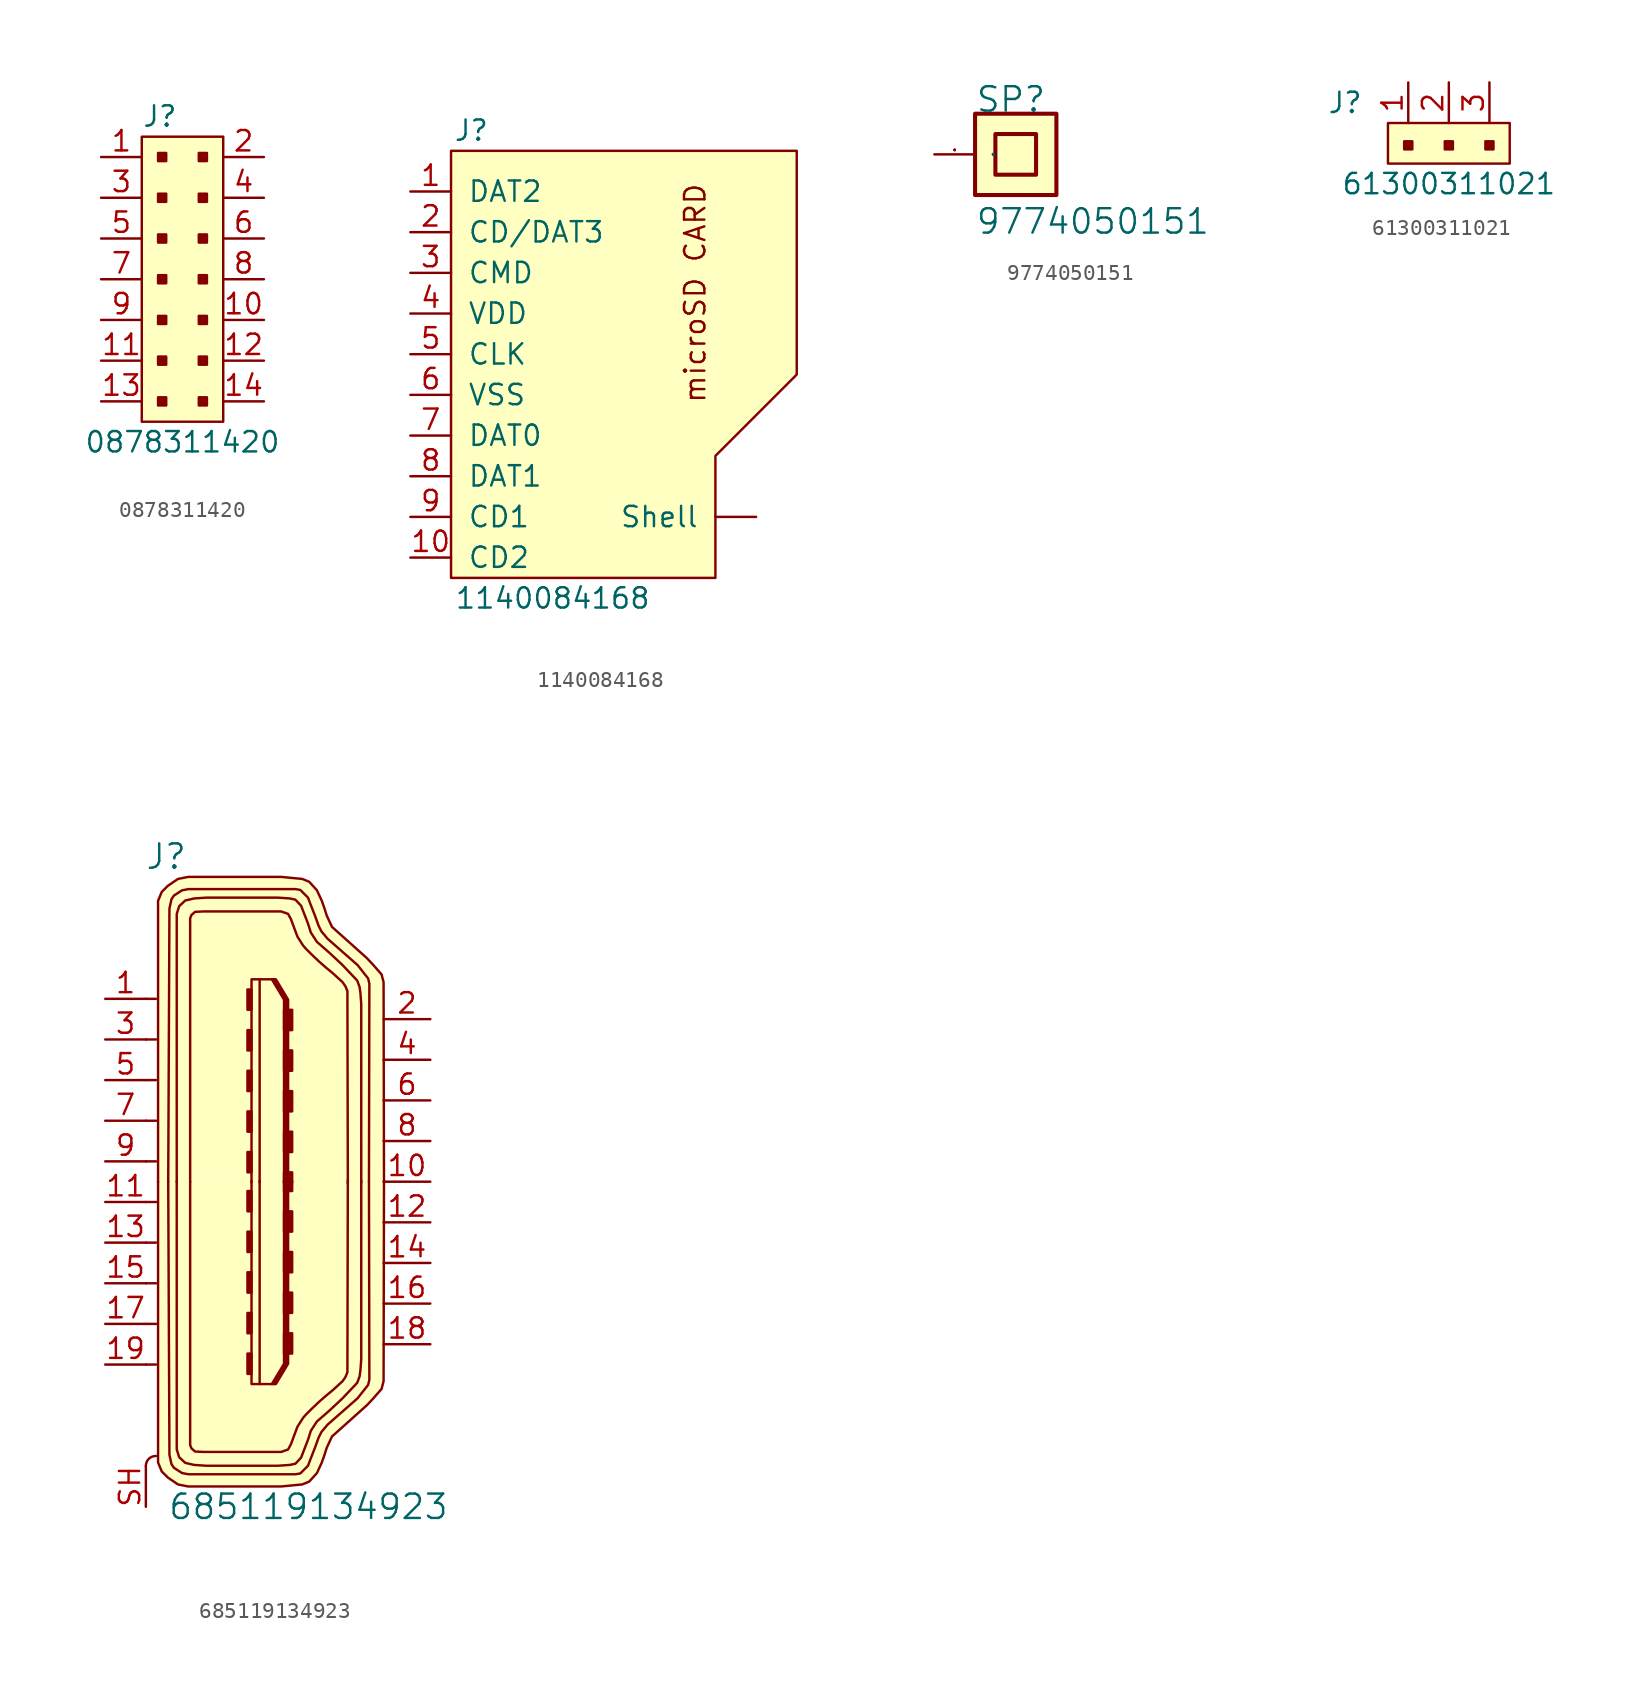
<source format=kicad_sym>
(kicad_symbol_lib
  (version 20211014)
  (generator kicad_symbol_editor)
  (symbol "0878311420"
    (pin_names
      (offset 1.016))
    (property "Reference" "J"
      (at -2.54 10.16 0)
      (effects (font (size 1.27 1.27)) (justify left)))
    (property "Value" "0878311420"
      (at 0 -10.16 0)
      (effects (font (size 1.27 1.27))))
    (symbol "0878311420_1_1"
      (rectangle (start -2.54 8.89) (end 2.54 -8.89) (stroke (width 0) (type default) (color 0 0 0 0)) (fill (type background)))
      (rectangle (start -1.524 -7.366) (end -1.016 -7.874) (stroke (width 0) (type default) (color 0 0 0 0)) (fill (type outline)))
      (rectangle (start -1.524 -4.826) (end -1.016 -5.334) (stroke (width 0) (type default) (color 0 0 0 0)) (fill (type outline)))
      (rectangle (start -1.524 -2.286) (end -1.016 -2.794) (stroke (width 0) (type default) (color 0 0 0 0)) (fill (type outline)))
      (rectangle (start -1.524 0.254) (end -1.016 -0.254) (stroke (width 0) (type default) (color 0 0 0 0)) (fill (type outline)))
      (rectangle (start -1.524 2.794) (end -1.016 2.286) (stroke (width 0) (type default) (color 0 0 0 0)) (fill (type outline)))
      (rectangle (start -1.524 5.334) (end -1.016 4.826) (stroke (width 0) (type default) (color 0 0 0 0)) (fill (type outline)))
      (rectangle (start -1.524 7.874) (end -1.016 7.366) (stroke (width 0) (type default) (color 0 0 0 0)) (fill (type outline)))
      (rectangle (start 1.016 -7.366) (end 1.524 -7.874) (stroke (width 0) (type default) (color 0 0 0 0)) (fill (type outline)))
      (rectangle (start 1.016 -4.826) (end 1.524 -5.334) (stroke (width 0) (type default) (color 0 0 0 0)) (fill (type outline)))
      (rectangle (start 1.016 -2.286) (end 1.524 -2.794) (stroke (width 0) (type default) (color 0 0 0 0)) (fill (type outline)))
      (rectangle (start 1.016 0.254) (end 1.524 -0.254) (stroke (width 0) (type default) (color 0 0 0 0)) (fill (type outline)))
      (rectangle (start 1.016 2.794) (end 1.524 2.286) (stroke (width 0) (type default) (color 0 0 0 0)) (fill (type outline)))
      (rectangle (start 1.016 5.334) (end 1.524 4.826) (stroke (width 0) (type default) (color 0 0 0 0)) (fill (type outline)))
      (rectangle (start 1.016 7.874) (end 1.524 7.366) (stroke (width 0) (type default) (color 0 0 0 0)) (fill (type outline)))
      (pin passive line (at -5.08 7.62 0) (length 2.54) (name "~" (effects (font (size 1.27 1.27)))) (number "1" (effects (font (size 1.27 1.27)))))
      (pin passive line (at 5.08 -2.54 180) (length 2.54) (name "~" (effects (font (size 1.27 1.27)))) (number "10" (effects (font (size 1.27 1.27)))))
      (pin passive line (at -5.08 -5.08 0) (length 2.54) (name "~" (effects (font (size 1.27 1.27)))) (number "11" (effects (font (size 1.27 1.27)))))
      (pin passive line (at 5.08 -5.08 180) (length 2.54) (name "~" (effects (font (size 1.27 1.27)))) (number "12" (effects (font (size 1.27 1.27)))))
      (pin passive line (at -5.08 -7.62 0) (length 2.54) (name "~" (effects (font (size 1.27 1.27)))) (number "13" (effects (font (size 1.27 1.27)))))
      (pin passive line (at 5.08 -7.62 180) (length 2.54) (name "~" (effects (font (size 1.27 1.27)))) (number "14" (effects (font (size 1.27 1.27)))))
      (pin passive line (at 5.08 7.62 180) (length 2.54) (name "~" (effects (font (size 1.27 1.27)))) (number "2" (effects (font (size 1.27 1.27)))))
      (pin passive line (at -5.08 5.08 0) (length 2.54) (name "~" (effects (font (size 1.27 1.27)))) (number "3" (effects (font (size 1.27 1.27)))))
      (pin passive line (at 5.08 5.08 180) (length 2.54) (name "~" (effects (font (size 1.27 1.27)))) (number "4" (effects (font (size 1.27 1.27)))))
      (pin passive line (at -5.08 2.54 0) (length 2.54) (name "~" (effects (font (size 1.27 1.27)))) (number "5" (effects (font (size 1.27 1.27)))))
      (pin passive line (at 5.08 2.54 180) (length 2.54) (name "~" (effects (font (size 1.27 1.27)))) (number "6" (effects (font (size 1.27 1.27)))))
      (pin passive line (at -5.08 0 0) (length 2.54) (name "~" (effects (font (size 1.27 1.27)))) (number "7" (effects (font (size 1.27 1.27)))))
      (pin passive line (at 5.08 0 180) (length 2.54) (name "~" (effects (font (size 1.27 1.27)))) (number "8" (effects (font (size 1.27 1.27)))))
      (pin passive line (at -5.08 -2.54 0) (length 2.54) (name "~" (effects (font (size 1.27 1.27)))) (number "9" (effects (font (size 1.27 1.27)))))))
  (symbol "1140084168"
    (pin_names
      (offset 1.016))
    (property "Reference" "J"
      (at -8.89 15.24 0)
      (effects (font (size 1.27 1.27))))
    (property "Value" "1140084168"
      (at -3.81 -13.97 0)
      (effects (font (size 1.27 1.27))))
    (symbol "1140084168_0_1"
      (polyline (pts (xy -10.16 13.97) (xy -10.16 -12.7) (xy -2.54 -12.7) (xy 1.27 -12.7) (xy 6.35 -12.7) (xy 6.35 -5.08) (xy 11.43 0) (xy 11.43 13.97) (xy -10.16 13.97)) (stroke (width 0) (type default) (color 0 0 0 0)) (fill (type background))))
    (symbol "1140084168_1_0"
      (text "microSD CARD" (at 5.08 5.08 900) (effects (font (size 1.27 1.27)))))
    (symbol "1140084168_1_1"
      (pin bidirectional line (at -12.7 11.43 0) (length 2.54) (name "DAT2" (effects (font (size 1.27 1.27)))) (number "1" (effects (font (size 1.27 1.27)))))
      (pin passive line (at -12.7 -11.43 0) (length 2.54) (name "CD2" (effects (font (size 1.27 1.27)))) (number "10" (effects (font (size 1.27 1.27)))))
      (pin bidirectional line (at -12.7 8.89 0) (length 2.54) (name "CD/DAT3" (effects (font (size 1.27 1.27)))) (number "2" (effects (font (size 1.27 1.27)))))
      (pin bidirectional line (at -12.7 6.35 0) (length 2.54) (name "CMD" (effects (font (size 1.27 1.27)))) (number "3" (effects (font (size 1.27 1.27)))))
      (pin power_in line (at -12.7 3.81 0) (length 2.54) (name "VDD" (effects (font (size 1.27 1.27)))) (number "4" (effects (font (size 1.27 1.27)))))
      (pin output line (at -12.7 1.27 0) (length 2.54) (name "CLK" (effects (font (size 1.27 1.27)))) (number "5" (effects (font (size 1.27 1.27)))))
      (pin power_in line (at -12.7 -1.27 0) (length 2.54) (name "VSS" (effects (font (size 1.27 1.27)))) (number "6" (effects (font (size 1.27 1.27)))))
      (pin bidirectional line (at -12.7 -3.81 0) (length 2.54) (name "DAT0" (effects (font (size 1.27 1.27)))) (number "7" (effects (font (size 1.27 1.27)))))
      (pin bidirectional line (at -12.7 -6.35 0) (length 2.54) (name "DAT1" (effects (font (size 1.27 1.27)))) (number "8" (effects (font (size 1.27 1.27)))))
      (pin passive line (at -12.7 -8.89 0) (length 2.54) (name "CD1" (effects (font (size 1.27 1.27)))) (number "9" (effects (font (size 1.27 1.27)))))
      (pin passive line (at 8.89 -8.89 180) (length 2.54) (name "Shell" (effects (font (size 1.27 1.27)))) (number "~" (effects (font (size 1.27 1.27)))))))
  (symbol "9774050151"
    (pin_names
      (offset 1.016))
    (property "Reference" "SP"
      (at -2.54 2.54 0)
      (effects (font (size 1.524 1.524)) (justify left bottom)))
    (property "Value" "9774050151"
      (at -2.54 -5.08 0)
      (effects (font (size 1.524 1.524)) (justify left bottom)))
    (symbol "9774050151_0_1"
      (rectangle (start -2.54 -2.54) (end 2.54 2.54) (stroke (width 0.254) (type default) (color 0 0 0 0)) (fill (type background)))
      (rectangle (start -1.27 -1.27) (end 1.27 1.27) (stroke (width 0.254) (type default) (color 0 0 0 0)) (fill (type background)))
      (pin passive line (at -5.08 0 0) (length 2.54) (name "1" (effects (font (size 0.025 0.025)))) (number "1" (effects (font (size 0.025 0.025)))))))
  (symbol "61300311021"
    (pin_names
      (offset 1.016))
    (property "Reference" "J"
      (at -5.08 2.54 0)
      (effects (font (size 1.27 1.27)) (justify left)))
    (property "Value" "61300311021"
      (at 2.54 -2.54 0)
      (effects (font (size 1.27 1.27))))
    (symbol "61300311021_1_1"
      (rectangle (start -1.27 1.27) (end 6.35 -1.27) (stroke (width 0) (type default) (color 0 0 0 0)) (fill (type background)))
      (rectangle (start -0.254 0.127) (end 0.254 -0.381) (stroke (width 0) (type default) (color 0 0 0 0)) (fill (type outline)))
      (rectangle (start 2.286 0.127) (end 2.794 -0.381) (stroke (width 0) (type default) (color 0 0 0 0)) (fill (type outline)))
      (rectangle (start 4.826 0.127) (end 5.334 -0.381) (stroke (width 0) (type default) (color 0 0 0 0)) (fill (type outline)))
      (pin passive line (at 0 3.81 270) (length 2.54) (name "~" (effects (font (size 1.27 1.27)))) (number "1" (effects (font (size 1.27 1.27)))))
      (pin passive line (at 2.54 3.81 270) (length 2.54) (name "~" (effects (font (size 1.27 1.27)))) (number "2" (effects (font (size 1.27 1.27)))))
      (pin passive line (at 5.08 3.81 270) (length 2.54) (name "~" (effects (font (size 1.27 1.27)))) (number "3" (effects (font (size 1.27 1.27)))))))
  (symbol "685119134923"
    (pin_names
      (offset 1.016))
    (property "Reference" "J"
      (at -6.35 20.32 0)
      (effects (font (size 1.524 1.524))))
    (property "Value" "685119134923"
      (at 2.54 -20.32 0)
      (effects (font (size 1.524 1.524))))
    (symbol "685119134923_0_1"
      (arc (start -6.985 -17.145) (mid -7.4425 -17.3292) (end -7.62 -17.78) (stroke (width 0) (type default) (color 0 0 0 0)) (fill (type none)))
      (rectangle (start -1.27 -12.014) (end -1.016 -10.744) (stroke (width 0) (type default) (color 0 0 0 0)) (fill (type outline)))
      (rectangle (start -1.27 -9.474) (end -1.016 -8.204) (stroke (width 0) (type default) (color 0 0 0 0)) (fill (type outline)))
      (rectangle (start -1.27 -6.934) (end -1.016 -5.664) (stroke (width 0) (type default) (color 0 0 0 0)) (fill (type outline)))
      (rectangle (start -1.27 -4.394) (end -1.016 -3.124) (stroke (width 0) (type default) (color 0 0 0 0)) (fill (type outline)))
      (rectangle (start -1.27 -1.854) (end -1.016 -0.584) (stroke (width 0) (type default) (color 0 0 0 0)) (fill (type outline)))
      (rectangle (start -1.27 1.854) (end -1.016 0.584) (stroke (width 0) (type default) (color 0 0 0 0)) (fill (type outline)))
      (rectangle (start -1.27 4.394) (end -1.016 3.124) (stroke (width 0) (type default) (color 0 0 0 0)) (fill (type outline)))
      (rectangle (start -1.27 6.934) (end -1.016 5.664) (stroke (width 0) (type default) (color 0 0 0 0)) (fill (type outline)))
      (rectangle (start -1.27 9.474) (end -1.016 8.204) (stroke (width 0) (type default) (color 0 0 0 0)) (fill (type outline)))
      (rectangle (start -1.27 12.014) (end -1.016 10.744) (stroke (width 0) (type default) (color 0 0 0 0)) (fill (type outline)))
      (polyline (pts (xy -6.985 -11.43) (xy -7.62 -11.43)) (stroke (width 0) (type default) (color 0 0 0 0)) (fill (type none)))
      (polyline (pts (xy -6.985 -8.89) (xy -7.62 -8.89)) (stroke (width 0) (type default) (color 0 0 0 0)) (fill (type none)))
      (polyline (pts (xy -6.985 -6.35) (xy -7.62 -6.35)) (stroke (width 0) (type default) (color 0 0 0 0)) (fill (type none)))
      (polyline (pts (xy -6.985 -3.81) (xy -7.62 -3.81)) (stroke (width 0) (type default) (color 0 0 0 0)) (fill (type none)))
      (polyline (pts (xy -6.985 -1.27) (xy -7.62 -1.27)) (stroke (width 0) (type default) (color 0 0 0 0)) (fill (type none)))
      (polyline (pts (xy -6.985 1.27) (xy -7.62 1.27)) (stroke (width 0) (type default) (color 0 0 0 0)) (fill (type none)))
      (polyline (pts (xy -6.985 3.81) (xy -7.62 3.81)) (stroke (width 0) (type default) (color 0 0 0 0)) (fill (type none)))
      (polyline (pts (xy -6.985 6.35) (xy -7.62 6.35)) (stroke (width 0) (type default) (color 0 0 0 0)) (fill (type none)))
      (polyline (pts (xy -6.985 8.89) (xy -7.62 8.89)) (stroke (width 0) (type default) (color 0 0 0 0)) (fill (type none)))
      (polyline (pts (xy -6.985 11.43) (xy -7.62 11.43)) (stroke (width 0) (type default) (color 0 0 0 0)) (fill (type none)))
      (polyline (pts (xy -0.508 -0.051) (xy -0.508 12.649)) (stroke (width 0) (type default) (color 0 0 0 0)) (fill (type none)))
      (polyline (pts (xy -0.508 0.051) (xy -0.508 -12.649)) (stroke (width 0) (type default) (color 0 0 0 0)) (fill (type none)))
      (polyline (pts (xy 0.381 -12.649) (xy 1.143 -11.379)) (stroke (width 0) (type default) (color 0 0 0 0)) (fill (type none)))
      (polyline (pts (xy 0.381 12.649) (xy 1.143 11.379)) (stroke (width 0) (type default) (color 0 0 0 0)) (fill (type none)))
      (polyline (pts (xy 1.143 -11.379) (xy 1.143 0.051)) (stroke (width 0) (type default) (color 0 0 0 0)) (fill (type none)))
      (polyline (pts (xy 1.143 11.379) (xy 1.143 -0.051)) (stroke (width 0) (type default) (color 0 0 0 0)) (fill (type none)))
      (polyline (pts (xy 0.254 -12.649) (xy 1.016 -11.379) (xy 1.016 0.051)) (stroke (width 0) (type default) (color 0 0 0 0)) (fill (type none)))
      (polyline (pts (xy 0.254 12.649) (xy 1.016 11.379) (xy 1.016 -0.051)) (stroke (width 0) (type default) (color 0 0 0 0)) (fill (type none)))
      (polyline (pts (xy -1.016 -0.051) (xy -1.016 12.649) (xy 0.508 12.649) (xy 1.27 11.379) (xy 1.27 -0.051)) (stroke (width 0) (type default) (color 0 0 0 0)) (fill (type none)))
      (polyline (pts (xy -1.016 0.051) (xy -1.016 -12.649) (xy 0.508 -12.649) (xy 1.27 -11.379) (xy 1.27 0.051)) (stroke (width 0) (type default) (color 0 0 0 0)) (fill (type none)))
      (polyline (pts (xy -6.223 0) (xy -6.147 -17.069) (xy -6.02 -17.653) (xy -5.867 -17.882) (xy -5.359 -18.212) (xy -4.953 -18.288) (xy -3.607 -18.288) (xy 1.727 -18.288) (xy 2.032 -18.237) (xy 2.21 -18.059) (xy 2.515 -17.755) (xy 2.667 -17.348) (xy 2.946 -16.637) (xy 3.175 -16.002) (xy 3.353 -15.646) (xy 3.734 -15.189) (xy 5.613 -13.538) (xy 6.274 -12.7) (xy 6.35 -12.37) (xy 6.325 0)) (stroke (width 0) (type default) (color 0 0 0 0)) (fill (type none)))
      (polyline (pts (xy -6.223 0) (xy -6.147 17.069) (xy -6.02 17.653) (xy -5.867 17.882) (xy -5.359 18.212) (xy -4.953 18.288) (xy -3.607 18.288) (xy 1.727 18.288) (xy 2.032 18.237) (xy 2.21 18.059) (xy 2.515 17.755) (xy 2.667 17.348) (xy 2.946 16.637) (xy 3.175 16.002) (xy 3.353 15.646) (xy 3.734 15.189) (xy 5.613 13.538) (xy 6.274 12.7) (xy 6.35 12.37) (xy 6.325 0)) (stroke (width 0) (type default) (color 0 0 0 0)) (fill (type none)))
      (polyline (pts (xy 7.264 -0.025) (xy 7.239 12.471) (xy 7.112 12.954) (xy 6.579 13.564) (xy 6.198 13.97) (xy 4.013 15.926) (xy 3.683 16.637) (xy 3.531 17.12) (xy 3.378 17.551) (xy 3.073 18.212) (xy 2.591 18.745) (xy 2.159 18.923) (xy 0.838 19.05) (xy -4.978 19.05) (xy -5.613 18.923) (xy -6.248 18.491) (xy -6.629 18.11) (xy -6.858 17.551) (xy -6.858 16.231) (xy -6.858 0)) (stroke (width 0) (type default) (color 0 0 0 0)) (fill (type background)))
      (polyline (pts (xy 7.264 0.025) (xy 7.239 -12.471) (xy 7.112 -12.954) (xy 6.579 -13.564) (xy 6.198 -13.97) (xy 4.013 -15.926) (xy 3.683 -16.637) (xy 3.531 -17.12) (xy 3.378 -17.551) (xy 3.073 -18.212) (xy 2.591 -18.745) (xy 2.159 -18.923) (xy 0.838 -19.05) (xy -4.978 -19.05) (xy -5.613 -18.923) (xy -6.248 -18.491) (xy -6.629 -18.11) (xy -6.858 -17.551) (xy -6.858 -16.231) (xy -6.858 0)) (stroke (width 0) (type default) (color 0 0 0 0)) (fill (type background)))
      (polyline (pts (xy -5.69 -0.025) (xy -5.69 16.739) (xy -5.537 17.221) (xy -5.156 17.577) (xy -4.597 17.704) (xy -3.835 17.755) (xy 0.635 17.755) (xy 1.372 17.704) (xy 1.727 17.628) (xy 2.083 17.247) (xy 2.515 16.129) (xy 2.692 15.57) (xy 3.073 14.986) (xy 3.861 14.3) (xy 4.674 13.538) (xy 5.156 13.03) (xy 5.588 12.573) (xy 5.74 12.167) (xy 5.791 11.786) (xy 5.842 11.1) (xy 5.842 -0.051)) (stroke (width 0) (type default) (color 0 0 0 0)) (fill (type none)))
      (polyline (pts (xy -5.69 0.025) (xy -5.69 -16.739) (xy -5.537 -17.221) (xy -5.156 -17.577) (xy -4.597 -17.704) (xy -3.835 -17.755) (xy 0.635 -17.755) (xy 1.372 -17.704) (xy 1.727 -17.628) (xy 2.083 -17.247) (xy 2.515 -16.129) (xy 2.692 -15.57) (xy 3.073 -14.986) (xy 3.861 -14.3) (xy 4.674 -13.538) (xy 5.156 -13.03) (xy 5.588 -12.573) (xy 5.74 -12.167) (xy 5.791 -11.786) (xy 5.842 -11.1) (xy 5.842 0.051)) (stroke (width 0) (type default) (color 0 0 0 0)) (fill (type none)))
      (polyline (pts (xy -4.851 0) (xy -4.851 -16.459) (xy -4.775 -16.662) (xy -4.547 -16.866) (xy -4.039 -16.891) (xy 0.838 -16.891) (xy 1.27 -16.739) (xy 1.448 -16.408) (xy 1.702 -15.723) (xy 1.854 -15.316) (xy 2.21 -14.757) (xy 2.388 -14.554) (xy 2.591 -14.351) (xy 2.743 -14.199) (xy 3.226 -13.741) (xy 3.632 -13.386) (xy 4.064 -13.03) (xy 4.369 -12.751) (xy 4.674 -12.471) (xy 4.851 -12.217) (xy 4.978 -11.913) (xy 4.978 -11.532) (xy 5.004 0.102)) (stroke (width 0) (type default) (color 0 0 0 0)) (fill (type none)))
      (polyline (pts (xy -4.851 0) (xy -4.851 16.459) (xy -4.775 16.662) (xy -4.547 16.866) (xy -4.039 16.891) (xy 0.838 16.891) (xy 1.27 16.739) (xy 1.448 16.408) (xy 1.702 15.723) (xy 1.854 15.316) (xy 2.21 14.757) (xy 2.388 14.554) (xy 2.591 14.351) (xy 2.743 14.199) (xy 3.226 13.741) (xy 3.632 13.386) (xy 4.064 13.03) (xy 4.369 12.751) (xy 4.674 12.471) (xy 4.851 12.217) (xy 4.978 11.913) (xy 4.978 11.532) (xy 5.004 -0.102)) (stroke (width 0) (type default) (color 0 0 0 0)) (fill (type none)))
      (rectangle (start 1.016 -10.744) (end 1.524 -9.474) (stroke (width 0) (type default) (color 0 0 0 0)) (fill (type outline)))
      (rectangle (start 1.016 -8.204) (end 1.524 -6.934) (stroke (width 0) (type default) (color 0 0 0 0)) (fill (type outline)))
      (rectangle (start 1.016 -5.664) (end 1.524 -4.394) (stroke (width 0) (type default) (color 0 0 0 0)) (fill (type outline)))
      (rectangle (start 1.016 -3.124) (end 1.524 -1.854) (stroke (width 0) (type default) (color 0 0 0 0)) (fill (type outline)))
      (rectangle (start 1.016 -0.584) (end 1.524 0.051) (stroke (width 0) (type default) (color 0 0 0 0)) (fill (type outline)))
      (rectangle (start 1.016 0.584) (end 1.524 -0.051) (stroke (width 0) (type default) (color 0 0 0 0)) (fill (type outline)))
      (rectangle (start 1.016 3.124) (end 1.524 1.854) (stroke (width 0) (type default) (color 0 0 0 0)) (fill (type outline)))
      (rectangle (start 1.016 5.664) (end 1.524 4.394) (stroke (width 0) (type default) (color 0 0 0 0)) (fill (type outline)))
      (rectangle (start 1.016 8.204) (end 1.524 6.934) (stroke (width 0) (type default) (color 0 0 0 0)) (fill (type outline)))
      (rectangle (start 1.016 10.744) (end 1.524 9.474) (stroke (width 0) (type default) (color 0 0 0 0)) (fill (type outline))))
    (symbol "685119134923_1_1"
      (pin passive line (at -10.16 11.43 0) (length 2.54) (name "~" (effects (font (size 1.27 1.27)))) (number "1" (effects (font (size 1.27 1.27)))))
      (pin passive line (at 10.16 0 180) (length 2.921) (name "~" (effects (font (size 1.27 1.27)))) (number "10" (effects (font (size 1.27 1.27)))))
      (pin passive line (at -10.16 -1.27 0) (length 2.54) (name "~" (effects (font (size 1.27 1.27)))) (number "11" (effects (font (size 1.27 1.27)))))
      (pin passive line (at 10.16 -2.54 180) (length 2.921) (name "~" (effects (font (size 1.27 1.27)))) (number "12" (effects (font (size 1.27 1.27)))))
      (pin passive line (at -10.16 -3.81 0) (length 2.54) (name "~" (effects (font (size 1.27 1.27)))) (number "13" (effects (font (size 1.27 1.27)))))
      (pin passive line (at 10.16 -5.08 180) (length 2.921) (name "~" (effects (font (size 1.27 1.27)))) (number "14" (effects (font (size 1.27 1.27)))))
      (pin passive line (at -10.16 -6.35 0) (length 2.54) (name "~" (effects (font (size 1.27 1.27)))) (number "15" (effects (font (size 1.27 1.27)))))
      (pin passive line (at 10.16 -7.62 180) (length 2.921) (name "~" (effects (font (size 1.27 1.27)))) (number "16" (effects (font (size 1.27 1.27)))))
      (pin passive line (at -10.16 -8.89 0) (length 2.54) (name "~" (effects (font (size 1.27 1.27)))) (number "17" (effects (font (size 1.27 1.27)))))
      (pin passive line (at 10.16 -10.16 180) (length 2.921) (name "~" (effects (font (size 1.27 1.27)))) (number "18" (effects (font (size 1.27 1.27)))))
      (pin passive line (at -10.16 -11.43 0) (length 2.54) (name "~" (effects (font (size 1.27 1.27)))) (number "19" (effects (font (size 1.27 1.27)))))
      (pin passive line (at 10.16 10.16 180) (length 2.921) (name "~" (effects (font (size 1.27 1.27)))) (number "2" (effects (font (size 1.27 1.27)))))
      (pin passive line (at -10.16 8.89 0) (length 2.54) (name "~" (effects (font (size 1.27 1.27)))) (number "3" (effects (font (size 1.27 1.27)))))
      (pin passive line (at 10.16 7.62 180) (length 2.921) (name "~" (effects (font (size 1.27 1.27)))) (number "4" (effects (font (size 1.27 1.27)))))
      (pin passive line (at -10.16 6.35 0) (length 2.54) (name "~" (effects (font (size 1.27 1.27)))) (number "5" (effects (font (size 1.27 1.27)))))
      (pin passive line (at 10.16 5.08 180) (length 2.921) (name "~" (effects (font (size 1.27 1.27)))) (number "6" (effects (font (size 1.27 1.27)))))
      (pin passive line (at -10.16 3.81 0) (length 2.54) (name "~" (effects (font (size 1.27 1.27)))) (number "7" (effects (font (size 1.27 1.27)))))
      (pin passive line (at 10.16 2.54 180) (length 2.921) (name "~" (effects (font (size 1.27 1.27)))) (number "8" (effects (font (size 1.27 1.27)))))
      (pin passive line (at -10.16 1.27 0) (length 2.54) (name "~" (effects (font (size 1.27 1.27)))) (number "9" (effects (font (size 1.27 1.27)))))
      (pin passive line (at -7.62 -20.32 90) (length 2.54) (name "~" (effects (font (size 1.27 1.27)))) (number "SH" (effects (font (size 1.27 1.27))))))))
</source>
